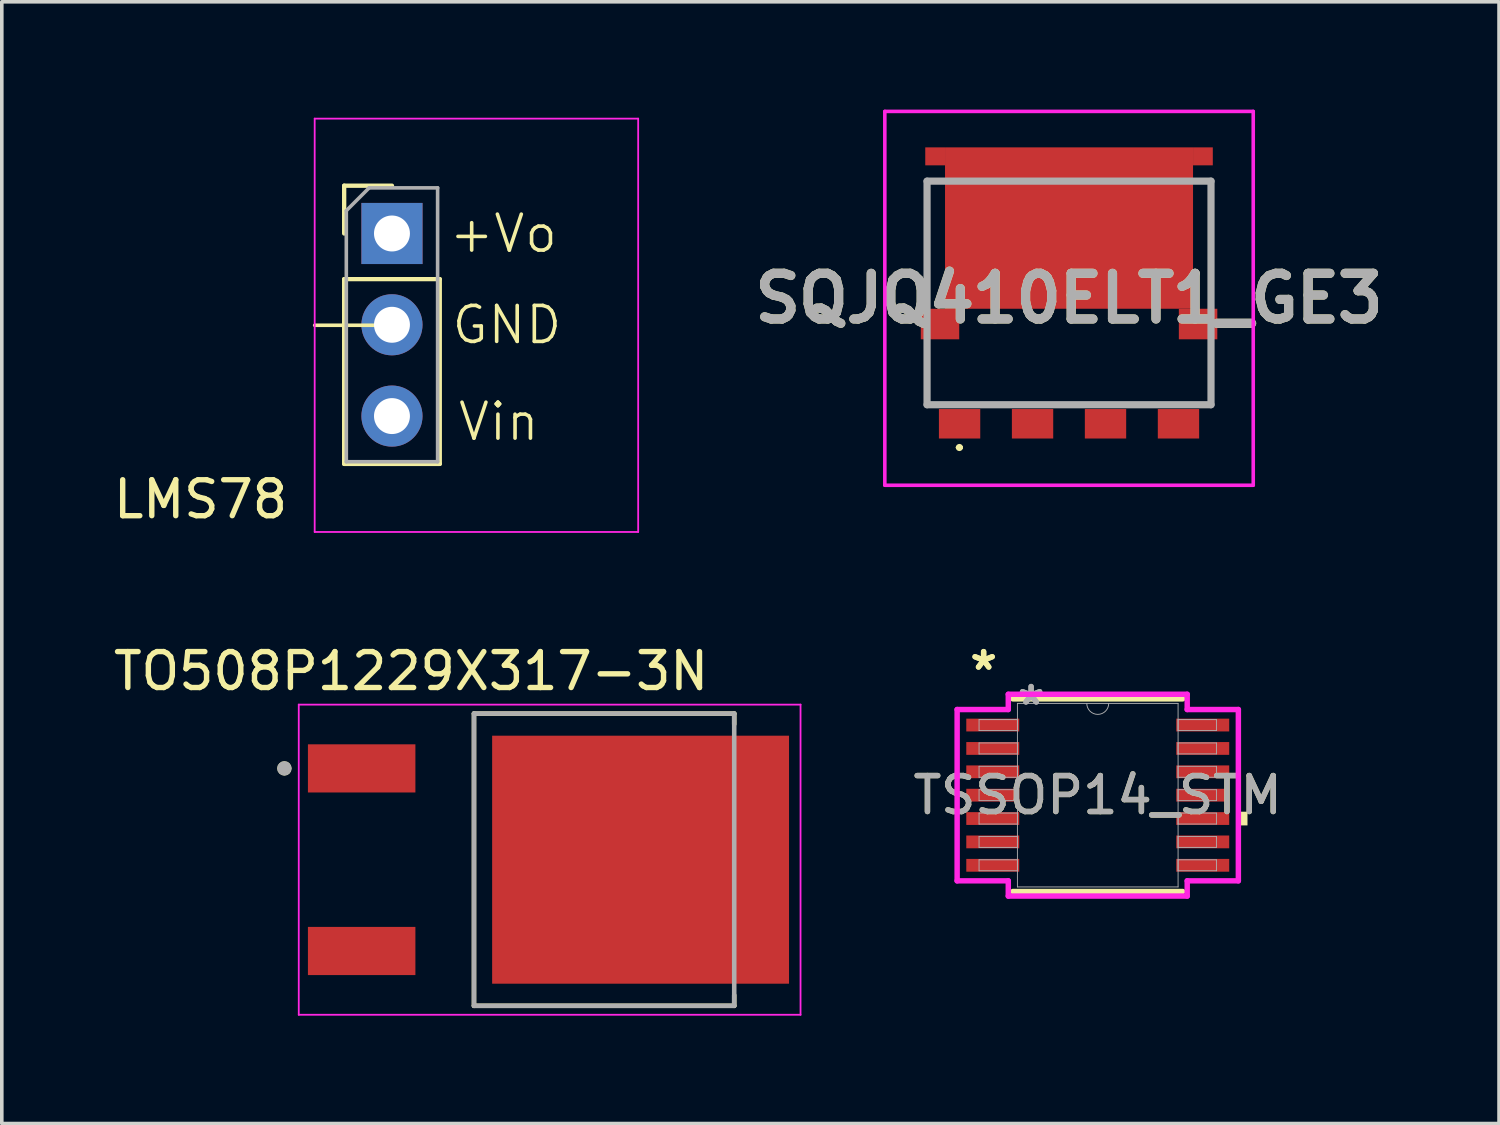
<source format=kicad_pcb>
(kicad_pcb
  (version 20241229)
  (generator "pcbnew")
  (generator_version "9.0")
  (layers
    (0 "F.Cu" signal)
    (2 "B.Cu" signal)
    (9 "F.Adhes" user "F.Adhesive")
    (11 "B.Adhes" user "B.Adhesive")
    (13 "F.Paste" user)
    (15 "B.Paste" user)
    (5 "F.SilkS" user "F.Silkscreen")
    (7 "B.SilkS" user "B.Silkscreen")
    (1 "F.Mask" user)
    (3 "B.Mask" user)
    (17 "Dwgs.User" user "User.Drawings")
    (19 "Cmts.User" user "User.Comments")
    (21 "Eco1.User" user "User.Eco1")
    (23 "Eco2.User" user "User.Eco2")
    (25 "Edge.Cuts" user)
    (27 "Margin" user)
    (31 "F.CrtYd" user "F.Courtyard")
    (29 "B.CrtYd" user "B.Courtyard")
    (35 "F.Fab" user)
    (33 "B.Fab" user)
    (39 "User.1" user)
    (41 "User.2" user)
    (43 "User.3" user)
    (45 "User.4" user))
  (footprint "TSSOP14_STM"
    (layer "F.Cu")
    (at 27.491 19.073)
    (property "Reference" "TSSOP14_STM" (at 0 0 0) (unlocked yes) (layer "F.SilkS") (effects (font (size 1 1) (thickness 0.15))))
    (attr smd)
    (fp_line (start -2.362 2.68) (end 2.362 2.68) (stroke (width 0.152) (type solid)) (layer "F.SilkS"))
    (fp_line (start 2.362 -2.68) (end -2.362 -2.68) (stroke (width 0.152) (type solid)) (layer "F.SilkS"))
    (fp_poly (pts (xy 4.166 0.46) (xy 4.166 0.841) (xy 3.912 0.841) (xy 3.912 0.46)) (stroke (width 0) (type solid)) (fill yes) (layer "F.SilkS"))
    (fp_line (start -3.912 -2.383) (end -2.489 -2.383) (stroke (width 0.152) (type solid)) (layer "F.CrtYd"))
    (fp_line (start -3.912 2.383) (end -3.912 -2.383) (stroke (width 0.152) (type solid)) (layer "F.CrtYd"))
    (fp_line (start -3.912 2.383) (end -2.489 2.383) (stroke (width 0.152) (type solid)) (layer "F.CrtYd"))
    (fp_line (start -2.489 -2.807) (end 2.489 -2.807) (stroke (width 0.152) (type solid)) (layer "F.CrtYd"))
    (fp_line (start -2.489 -2.383) (end -2.489 -2.807) (stroke (width 0.152) (type solid)) (layer "F.CrtYd"))
    (fp_line (start -2.489 2.807) (end -2.489 2.383) (stroke (width 0.152) (type solid)) (layer "F.CrtYd"))
    (fp_line (start 2.489 -2.807) (end 2.489 -2.383) (stroke (width 0.152) (type solid)) (layer "F.CrtYd"))
    (fp_line (start 2.489 2.383) (end 2.489 2.807) (stroke (width 0.152) (type solid)) (layer "F.CrtYd"))
    (fp_line (start 2.489 2.807) (end -2.489 2.807) (stroke (width 0.152) (type solid)) (layer "F.CrtYd"))
    (fp_line (start 3.912 -2.383) (end 2.489 -2.383) (stroke (width 0.152) (type solid)) (layer "F.CrtYd"))
    (fp_line (start 3.912 -2.383) (end 3.912 2.383) (stroke (width 0.152) (type solid)) (layer "F.CrtYd"))
    (fp_line (start 3.912 2.383) (end 2.489 2.383) (stroke (width 0.152) (type solid)) (layer "F.CrtYd"))
    (fp_line (start -3.302 -2.103) (end -3.302 -1.798) (stroke (width 0.025) (type solid)) (layer "F.Fab"))
    (fp_line (start -3.302 -1.798) (end -2.235 -1.798) (stroke (width 0.025) (type solid)) (layer "F.Fab"))
    (fp_line (start -3.302 -1.453) (end -3.302 -1.148) (stroke (width 0.025) (type solid)) (layer "F.Fab"))
    (fp_line (start -3.302 -1.148) (end -2.235 -1.148) (stroke (width 0.025) (type solid)) (layer "F.Fab"))
    (fp_line (start -3.302 -0.803) (end -3.302 -0.498) (stroke (width 0.025) (type solid)) (layer "F.Fab"))
    (fp_line (start -3.302 -0.498) (end -2.235 -0.498) (stroke (width 0.025) (type solid)) (layer "F.Fab"))
    (fp_line (start -3.302 -0.152) (end -3.302 0.152) (stroke (width 0.025) (type solid)) (layer "F.Fab"))
    (fp_line (start -3.302 0.152) (end -2.235 0.152) (stroke (width 0.025) (type solid)) (layer "F.Fab"))
    (fp_line (start -3.302 0.498) (end -3.302 0.803) (stroke (width 0.025) (type solid)) (layer "F.Fab"))
    (fp_line (start -3.302 0.803) (end -2.235 0.803) (stroke (width 0.025) (type solid)) (layer "F.Fab"))
    (fp_line (start -3.302 1.148) (end -3.302 1.453) (stroke (width 0.025) (type solid)) (layer "F.Fab"))
    (fp_line (start -3.302 1.453) (end -2.235 1.453) (stroke (width 0.025) (type solid)) (layer "F.Fab"))
    (fp_line (start -3.302 1.798) (end -3.302 2.103) (stroke (width 0.025) (type solid)) (layer "F.Fab"))
    (fp_line (start -3.302 2.103) (end -2.235 2.103) (stroke (width 0.025) (type solid)) (layer "F.Fab"))
    (fp_line (start -2.235 -2.553) (end -2.235 2.553) (stroke (width 0.025) (type solid)) (layer "F.Fab"))
    (fp_line (start -2.235 -2.103) (end -3.302 -2.103) (stroke (width 0.025) (type solid)) (layer "F.Fab"))
    (fp_line (start -2.235 -1.798) (end -2.235 -2.103) (stroke (width 0.025) (type solid)) (layer "F.Fab"))
    (fp_line (start -2.235 -1.453) (end -3.302 -1.453) (stroke (width 0.025) (type solid)) (layer "F.Fab"))
    (fp_line (start -2.235 -1.148) (end -2.235 -1.453) (stroke (width 0.025) (type solid)) (layer "F.Fab"))
    (fp_line (start -2.235 -0.803) (end -3.302 -0.803) (stroke (width 0.025) (type solid)) (layer "F.Fab"))
    (fp_line (start -2.235 -0.498) (end -2.235 -0.803) (stroke (width 0.025) (type solid)) (layer "F.Fab"))
    (fp_line (start -2.235 -0.152) (end -3.302 -0.152) (stroke (width 0.025) (type solid)) (layer "F.Fab"))
    (fp_line (start -2.235 0.152) (end -2.235 -0.152) (stroke (width 0.025) (type solid)) (layer "F.Fab"))
    (fp_line (start -2.235 0.498) (end -3.302 0.498) (stroke (width 0.025) (type solid)) (layer "F.Fab"))
    (fp_line (start -2.235 0.803) (end -2.235 0.498) (stroke (width 0.025) (type solid)) (layer "F.Fab"))
    (fp_line (start -2.235 1.148) (end -3.302 1.148) (stroke (width 0.025) (type solid)) (layer "F.Fab"))
    (fp_line (start -2.235 1.453) (end -2.235 1.148) (stroke (width 0.025) (type solid)) (layer "F.Fab"))
    (fp_line (start -2.235 1.798) (end -3.302 1.798) (stroke (width 0.025) (type solid)) (layer "F.Fab"))
    (fp_line (start -2.235 2.103) (end -2.235 1.798) (stroke (width 0.025) (type solid)) (layer "F.Fab"))
    (fp_line (start -2.235 2.553) (end 2.235 2.553) (stroke (width 0.025) (type solid)) (layer "F.Fab"))
    (fp_line (start 2.235 -2.553) (end -2.235 -2.553) (stroke (width 0.025) (type solid)) (layer "F.Fab"))
    (fp_line (start 2.235 -2.103) (end 2.235 -1.798) (stroke (width 0.025) (type solid)) (layer "F.Fab"))
    (fp_line (start 2.235 -1.798) (end 3.302 -1.798) (stroke (width 0.025) (type solid)) (layer "F.Fab"))
    (fp_line (start 2.235 -1.453) (end 2.235 -1.148) (stroke (width 0.025) (type solid)) (layer "F.Fab"))
    (fp_line (start 2.235 -1.148) (end 3.302 -1.148) (stroke (width 0.025) (type solid)) (layer "F.Fab"))
    (fp_line (start 2.235 -0.803) (end 2.235 -0.498) (stroke (width 0.025) (type solid)) (layer "F.Fab"))
    (fp_line (start 2.235 -0.498) (end 3.302 -0.498) (stroke (width 0.025) (type solid)) (layer "F.Fab"))
    (fp_line (start 2.235 -0.152) (end 2.235 0.152) (stroke (width 0.025) (type solid)) (layer "F.Fab"))
    (fp_line (start 2.235 0.152) (end 3.302 0.152) (stroke (width 0.025) (type solid)) (layer "F.Fab"))
    (fp_line (start 2.235 0.498) (end 2.235 0.803) (stroke (width 0.025) (type solid)) (layer "F.Fab"))
    (fp_line (start 2.235 0.803) (end 3.302 0.803) (stroke (width 0.025) (type solid)) (layer "F.Fab"))
    (fp_line (start 2.235 1.148) (end 2.235 1.453) (stroke (width 0.025) (type solid)) (layer "F.Fab"))
    (fp_line (start 2.235 1.453) (end 3.302 1.453) (stroke (width 0.025) (type solid)) (layer "F.Fab"))
    (fp_line (start 2.235 1.798) (end 2.235 2.103) (stroke (width 0.025) (type solid)) (layer "F.Fab"))
    (fp_line (start 2.235 2.103) (end 3.302 2.103) (stroke (width 0.025) (type solid)) (layer "F.Fab"))
    (fp_line (start 2.235 2.553) (end 2.235 -2.553) (stroke (width 0.025) (type solid)) (layer "F.Fab"))
    (fp_line (start 3.302 -2.103) (end 2.235 -2.103) (stroke (width 0.025) (type solid)) (layer "F.Fab"))
    (fp_line (start 3.302 -1.798) (end 3.302 -2.103) (stroke (width 0.025) (type solid)) (layer "F.Fab"))
    (fp_line (start 3.302 -1.453) (end 2.235 -1.453) (stroke (width 0.025) (type solid)) (layer "F.Fab"))
    (fp_line (start 3.302 -1.148) (end 3.302 -1.453) (stroke (width 0.025) (type solid)) (layer "F.Fab"))
    (fp_line (start 3.302 -0.803) (end 2.235 -0.803) (stroke (width 0.025) (type solid)) (layer "F.Fab"))
    (fp_line (start 3.302 -0.498) (end 3.302 -0.803) (stroke (width 0.025) (type solid)) (layer "F.Fab"))
    (fp_line (start 3.302 -0.152) (end 2.235 -0.152) (stroke (width 0.025) (type solid)) (layer "F.Fab"))
    (fp_line (start 3.302 0.152) (end 3.302 -0.152) (stroke (width 0.025) (type solid)) (layer "F.Fab"))
    (fp_line (start 3.302 0.498) (end 2.235 0.498) (stroke (width 0.025) (type solid)) (layer "F.Fab"))
    (fp_line (start 3.302 0.803) (end 3.302 0.498) (stroke (width 0.025) (type solid)) (layer "F.Fab"))
    (fp_line (start 3.302 1.148) (end 2.235 1.148) (stroke (width 0.025) (type solid)) (layer "F.Fab"))
    (fp_line (start 3.302 1.453) (end 3.302 1.148) (stroke (width 0.025) (type solid)) (layer "F.Fab"))
    (fp_line (start 3.302 1.798) (end 2.235 1.798) (stroke (width 0.025) (type solid)) (layer "F.Fab"))
    (fp_line (start 3.302 2.103) (end 3.302 1.798) (stroke (width 0.025) (type solid)) (layer "F.Fab"))
    (fp_arc (start 0.3048 -2.5527) (mid 0 -2.2479) (end -0.3048 -2.5527) (stroke (width 0.0254) (type solid)) (layer "F.Fab"))
    (fp_text user "*" (at -3.175 -3.449 0) (unlocked yes) (layer "F.SilkS") (effects (font (size 1 1) (thickness 0.15))))
    (fp_text user "*" (at -3.175 -3.449 0) (layer "F.SilkS") (effects (font (size 1 1) (thickness 0.15))))
    (fp_text user "${REFERENCE}" (at 0 0 0) (unlocked yes) (layer "F.Fab") (effects (font (size 1 1) (thickness 0.15))))
    (fp_text user "*" (at -1.854 -2.477 0) (layer "F.Fab") (effects (font (size 1 1) (thickness 0.15))))
    (fp_text user "*" (at -1.854 -2.477 0) (unlocked yes) (layer "F.Fab") (effects (font (size 1 1) (thickness 0.15))))
    (pad "1" smd rect (at -2.921 -1.951) (size 1.473 0.356) (layers "F.Cu" "F.Mask" "F.Paste"))
    (pad "2" smd rect (at -2.921 -1.3) (size 1.473 0.356) (layers "F.Cu" "F.Mask" "F.Paste"))
    (pad "3" smd rect (at -2.921 -0.65) (size 1.473 0.356) (layers "F.Cu" "F.Mask" "F.Paste"))
    (pad "4" smd rect (at -2.921 0) (size 1.473 0.356) (layers "F.Cu" "F.Mask" "F.Paste"))
    (pad "5" smd rect (at -2.921 0.65) (size 1.473 0.356) (layers "F.Cu" "F.Mask" "F.Paste"))
    (pad "6" smd rect (at -2.921 1.3) (size 1.473 0.356) (layers "F.Cu" "F.Mask" "F.Paste"))
    (pad "7" smd rect (at -2.921 1.951) (size 1.473 0.356) (layers "F.Cu" "F.Mask" "F.Paste"))
    (pad "8" smd rect (at 2.921 1.951) (size 1.473 0.356) (layers "F.Cu" "F.Mask" "F.Paste"))
    (pad "9" smd rect (at 2.921 1.3) (size 1.473 0.356) (layers "F.Cu" "F.Mask" "F.Paste"))
    (pad "10" smd rect (at 2.921 0.65) (size 1.473 0.356) (layers "F.Cu" "F.Mask" "F.Paste"))
    (pad "11" smd rect (at 2.921 0) (size 1.473 0.356) (layers "F.Cu" "F.Mask" "F.Paste"))
    (pad "12" smd rect (at 2.921 -0.65) (size 1.473 0.356) (layers "F.Cu" "F.Mask" "F.Paste"))
    (pad "13" smd rect (at 2.921 -1.3) (size 1.473 0.356) (layers "F.Cu" "F.Mask" "F.Paste"))
    (pad "14" smd rect (at 2.921 -1.951) (size 1.473 0.356) (layers "F.Cu" "F.Mask" "F.Paste")))
  (footprint "LMS78"
    (layer "F.Cu")
    (at 5.705 0.25)
    (property "Reference" "LMS78" (at -3.175 10.592 0) (layer "F.SilkS") (effects (font (size 1 1) (thickness 0.15))))
    (attr through_hole)
    (fp_line (start 0 5.75) (end 2.15 5.75) (stroke (width 0.1) (type default)) (layer "F.SilkS"))
    (fp_line (start 0.82 1.866) (end 2.15 1.866) (stroke (width 0.12) (type solid)) (layer "F.SilkS"))
    (fp_line (start 0.82 3.196) (end 0.82 1.866) (stroke (width 0.12) (type solid)) (layer "F.SilkS"))
    (fp_line (start 0.82 4.466) (end 0.82 9.606) (stroke (width 0.12) (type solid)) (layer "F.SilkS"))
    (fp_line (start 0.82 4.466) (end 3.48 4.466) (stroke (width 0.12) (type solid)) (layer "F.SilkS"))
    (fp_line (start 0.82 9.606) (end 3.48 9.606) (stroke (width 0.12) (type solid)) (layer "F.SilkS"))
    (fp_line (start 3.48 4.466) (end 3.48 9.606) (stroke (width 0.12) (type solid)) (layer "F.SilkS"))
    (fp_line (start 0 0) (end 0 11.5) (stroke (width 0.05) (type solid)) (layer "F.CrtYd"))
    (fp_line (start 0 0) (end 9 0) (stroke (width 0.05) (type solid)) (layer "F.CrtYd"))
    (fp_line (start 0 11.5) (end 9 11.5) (stroke (width 0.05) (type solid)) (layer "F.CrtYd"))
    (fp_line (start 9 0) (end 9 11.5) (stroke (width 0.05) (type solid)) (layer "F.CrtYd"))
    (fp_line (start 0.88 2.561) (end 1.515 1.926) (stroke (width 0.1) (type solid)) (layer "F.Fab"))
    (fp_line (start 0.88 9.546) (end 0.88 2.561) (stroke (width 0.1) (type solid)) (layer "F.Fab"))
    (fp_line (start 1.515 1.926) (end 3.42 1.926) (stroke (width 0.1) (type solid)) (layer "F.Fab"))
    (fp_line (start 3.42 1.926) (end 3.42 9.546) (stroke (width 0.1) (type solid)) (layer "F.Fab"))
    (fp_line (start 3.42 9.546) (end 0.88 9.546) (stroke (width 0.1) (type solid)) (layer "F.Fab"))
    (fp_text user "GND" (at 3.759 6.325 0) (unlocked yes) (layer "F.SilkS") (effects (font (size 1 1) (thickness 0.1)) (justify left bottom)))
    (fp_text user "+Vo" (at 3.683 3.785 0) (unlocked yes) (layer "F.SilkS") (effects (font (size 1 1) (thickness 0.1)) (justify left bottom)))
    (fp_text user "Vin" (at 3.937 9.017 0) (unlocked yes) (layer "F.SilkS") (effects (font (size 1 1) (thickness 0.1)) (justify left bottom)))
    (pad "1" thru_hole oval (at 2.15 8.276) (size 1.7 1.7) (drill 1) (layers "*.Cu" "*.Mask"))
    (pad "2" thru_hole oval (at 2.15 5.736) (size 1.7 1.7) (drill 1) (layers "*.Cu" "*.Mask"))
    (pad "3" thru_hole rect (at 2.15 3.196) (size 1.7 1.7) (drill 1) (layers "*.Cu" "*.Mask")))
  (footprint "SQJQ410ELT1_GE3"
    (layer "F.Cu")
    (at 26.692 5.25)
    (property "Reference" "SQJQ410ELT1_GE3" (at 0 0 0) (layer "F.SilkS") (effects (font (size 1.27 1.27) (thickness 0.254))))
    (attr smd)
    (fp_line (start -3.95 -0.15) (end -3.95 -3.26) (stroke (width 0.1) (type solid)) (layer "F.SilkS"))
    (fp_line (start -3.95 1.35) (end -3.95 2.96) (stroke (width 0.1) (type solid)) (layer "F.SilkS"))
    (fp_line (start -3.1 4.15) (end -3.1 4.15) (stroke (width 0.1) (type solid)) (layer "F.SilkS"))
    (fp_line (start -3 4.15) (end -3 4.15) (stroke (width 0.1) (type solid)) (layer "F.SilkS"))
    (fp_line (start 3.95 -0.15) (end 3.95 -3.26) (stroke (width 0.1) (type solid)) (layer "F.SilkS"))
    (fp_line (start 3.95 2.96) (end 3.95 1.35) (stroke (width 0.1) (type solid)) (layer "F.SilkS"))
    (fp_arc (start -3.1 4.15) (mid -3.05 4.1) (end -3 4.15) (stroke (width 0.1) (type solid)) (layer "F.SilkS"))
    (fp_arc (start -3 4.15) (mid -3.05 4.2) (end -3.1 4.15) (stroke (width 0.1) (type solid)) (layer "F.SilkS"))
    (fp_line (start -5.125 -5.2) (end 5.125 -5.2) (stroke (width 0.1) (type solid)) (layer "F.CrtYd"))
    (fp_line (start -5.125 5.2) (end -5.125 -5.2) (stroke (width 0.1) (type solid)) (layer "F.CrtYd"))
    (fp_line (start 5.125 -5.2) (end 5.125 5.2) (stroke (width 0.1) (type solid)) (layer "F.CrtYd"))
    (fp_line (start 5.125 5.2) (end -5.125 5.2) (stroke (width 0.1) (type solid)) (layer "F.CrtYd"))
    (fp_line (start -3.95 -3.26) (end 3.95 -3.26) (stroke (width 0.2) (type solid)) (layer "F.Fab"))
    (fp_line (start -3.95 2.96) (end -3.95 -3.26) (stroke (width 0.2) (type solid)) (layer "F.Fab"))
    (fp_line (start 3.95 -3.26) (end 3.95 2.96) (stroke (width 0.2) (type solid)) (layer "F.Fab"))
    (fp_line (start 3.95 2.96) (end -3.95 2.96) (stroke (width 0.2) (type solid)) (layer "F.Fab"))
    (fp_text user "${REFERENCE}" (at 0 0 0) (layer "F.Fab") (effects (font (size 1.27 1.27) (thickness 0.254))))
    (pad "1" smd rect (at -3.045 3.49 90) (size 0.82 1.15) (layers "F.Cu" "F.Mask" "F.Paste"))
    (pad "2" smd rect (at -1.015 3.49 90) (size 0.82 1.15) (layers "F.Cu" "F.Mask" "F.Paste"))
    (pad "3" smd rect (at 1.015 3.49 90) (size 0.82 1.15) (layers "F.Cu" "F.Mask" "F.Paste"))
    (pad "4" smd rect (at 3.045 3.49 90) (size 0.82 1.15) (layers "F.Cu" "F.Mask" "F.Paste"))
    (pad "5" smd rect (at 0 -1.955 90) (size 4.49 6.9) (layers "F.Cu" "F.Mask" "F.Paste"))
    (pad "6" smd rect (at -3.725 -3.95 90) (size 0.5 0.55) (layers "F.Cu" "F.Mask" "F.Paste"))
    (pad "7" smd rect (at -3.59 0.715 90) (size 0.85 1.07) (layers "F.Cu" "F.Mask" "F.Paste"))
    (pad "8" smd rect (at 3.59 0.715 90) (size 0.85 1.07) (layers "F.Cu" "F.Mask" "F.Paste"))
    (pad "9" smd rect (at 3.725 -3.95 90) (size 0.5 0.55) (layers "F.Cu" "F.Mask" "F.Paste")))
  (footprint "TO508P1229X317-3N"
    (layer "F.Cu")
    (at 12.212 20.868)
    (property "Reference" "TO508P1229X317-3N" (at -3.825 -5.245 0) (layer "F.SilkS") (effects (font (size 1 1) (thickness 0.15))))
    (attr smd)
    (fp_line (start -2.075 -4.065) (end 5.165 -4.065) (stroke (width 0.127) (type solid)) (layer "F.SilkS"))
    (fp_line (start -2.075 4.065) (end -2.075 -4.065) (stroke (width 0.127) (type solid)) (layer "F.SilkS"))
    (fp_line (start 5.165 -4.065) (end 5.165 -3.77) (stroke (width 0.127) (type solid)) (layer "F.SilkS"))
    (fp_line (start 5.165 4.065) (end -2.075 4.065) (stroke (width 0.127) (type solid)) (layer "F.SilkS"))
    (fp_line (start 5.165 4.065) (end 5.165 3.77) (stroke (width 0.127) (type solid)) (layer "F.SilkS"))
    (fp_circle (center -7.35 -2.54) (end -7.25 -2.54) (stroke (width 0.2) (type solid)) (fill no) (layer "F.SilkS"))
    (fp_poly (pts (xy 0.145 -2.99) (xy 0.145 -1.61) (xy -1.235 -1.61) (xy -1.235 -2.99)) (stroke (width 0.01) (type solid)) (fill yes) (layer "F.Paste"))
    (fp_poly (pts (xy 0.145 -0.69) (xy 0.145 0.69) (xy -1.235 0.69) (xy -1.235 -0.69)) (stroke (width 0.01) (type solid)) (fill yes) (layer "F.Paste"))
    (fp_poly (pts (xy 0.145 1.61) (xy 0.145 2.99) (xy -1.235 2.99) (xy -1.235 1.61)) (stroke (width 0.01) (type solid)) (fill yes) (layer "F.Paste"))
    (fp_poly (pts (xy 2.215 -2.99) (xy 2.215 -1.61) (xy 0.835 -1.61) (xy 0.835 -2.99)) (stroke (width 0.01) (type solid)) (fill yes) (layer "F.Paste"))
    (fp_poly (pts (xy 2.215 -0.69) (xy 2.215 0.69) (xy 0.835 0.69) (xy 0.835 -0.69)) (stroke (width 0.01) (type solid)) (fill yes) (layer "F.Paste"))
    (fp_poly (pts (xy 2.215 1.61) (xy 2.215 2.99) (xy 0.835 2.99) (xy 0.835 1.61)) (stroke (width 0.01) (type solid)) (fill yes) (layer "F.Paste"))
    (fp_poly (pts (xy 4.285 -2.99) (xy 4.285 -1.61) (xy 2.905 -1.61) (xy 2.905 -2.99)) (stroke (width 0.01) (type solid)) (fill yes) (layer "F.Paste"))
    (fp_poly (pts (xy 4.285 -0.69) (xy 4.285 0.69) (xy 2.905 0.69) (xy 2.905 -0.69)) (stroke (width 0.01) (type solid)) (fill yes) (layer "F.Paste"))
    (fp_poly (pts (xy 4.285 1.61) (xy 4.285 2.99) (xy 2.905 2.99) (xy 2.905 1.61)) (stroke (width 0.01) (type solid)) (fill yes) (layer "F.Paste"))
    (fp_poly (pts (xy 6.355 -2.99) (xy 6.355 -1.61) (xy 4.975 -1.61) (xy 4.975 -2.99)) (stroke (width 0.01) (type solid)) (fill yes) (layer "F.Paste"))
    (fp_poly (pts (xy 6.355 -0.69) (xy 6.355 0.69) (xy 4.975 0.69) (xy 4.975 -0.69)) (stroke (width 0.01) (type solid)) (fill yes) (layer "F.Paste"))
    (fp_poly (pts (xy 6.355 1.61) (xy 6.355 2.99) (xy 4.975 2.99) (xy 4.975 1.61)) (stroke (width 0.01) (type solid)) (fill yes) (layer "F.Paste"))
    (fp_line (start -6.95 -4.315) (end 7.01 -4.315) (stroke (width 0.05) (type solid)) (layer "F.CrtYd"))
    (fp_line (start -6.95 4.315) (end -6.95 -4.315) (stroke (width 0.05) (type solid)) (layer "F.CrtYd"))
    (fp_line (start 7.01 -4.315) (end 7.01 4.315) (stroke (width 0.05) (type solid)) (layer "F.CrtYd"))
    (fp_line (start 7.01 4.315) (end -6.95 4.315) (stroke (width 0.05) (type solid)) (layer "F.CrtYd"))
    (fp_line (start -2.075 -4.065) (end 5.165 -4.065) (stroke (width 0.127) (type solid)) (layer "F.Fab"))
    (fp_line (start -2.075 4.065) (end -2.075 -4.065) (stroke (width 0.127) (type solid)) (layer "F.Fab"))
    (fp_line (start 5.165 -4.065) (end 5.165 4.065) (stroke (width 0.127) (type solid)) (layer "F.Fab"))
    (fp_line (start 5.165 4.065) (end -2.075 4.065) (stroke (width 0.127) (type solid)) (layer "F.Fab"))
    (fp_circle (center -7.35 -2.54) (end -7.25 -2.54) (stroke (width 0.2) (type solid)) (fill no) (layer "F.Fab"))
    (pad "1" smd rect (at -5.2 -2.54) (size 2.99 1.34) (layers "F.Cu" "F.Mask" "F.Paste"))
    (pad "2" smd rect (at -5.2 2.54) (size 2.99 1.34) (layers "F.Cu" "F.Mask" "F.Paste"))
    (pad "3" smd rect (at 2.56 0) (size 8.26 6.9) (layers "F.Cu" "F.Mask")))
  (gr_rect
    (start -3 -3)
    (end 38.655 28.208)
    (stroke (width 0.1) (type default))
    (fill no)
    (layer "Edge.Cuts")))
</source>
